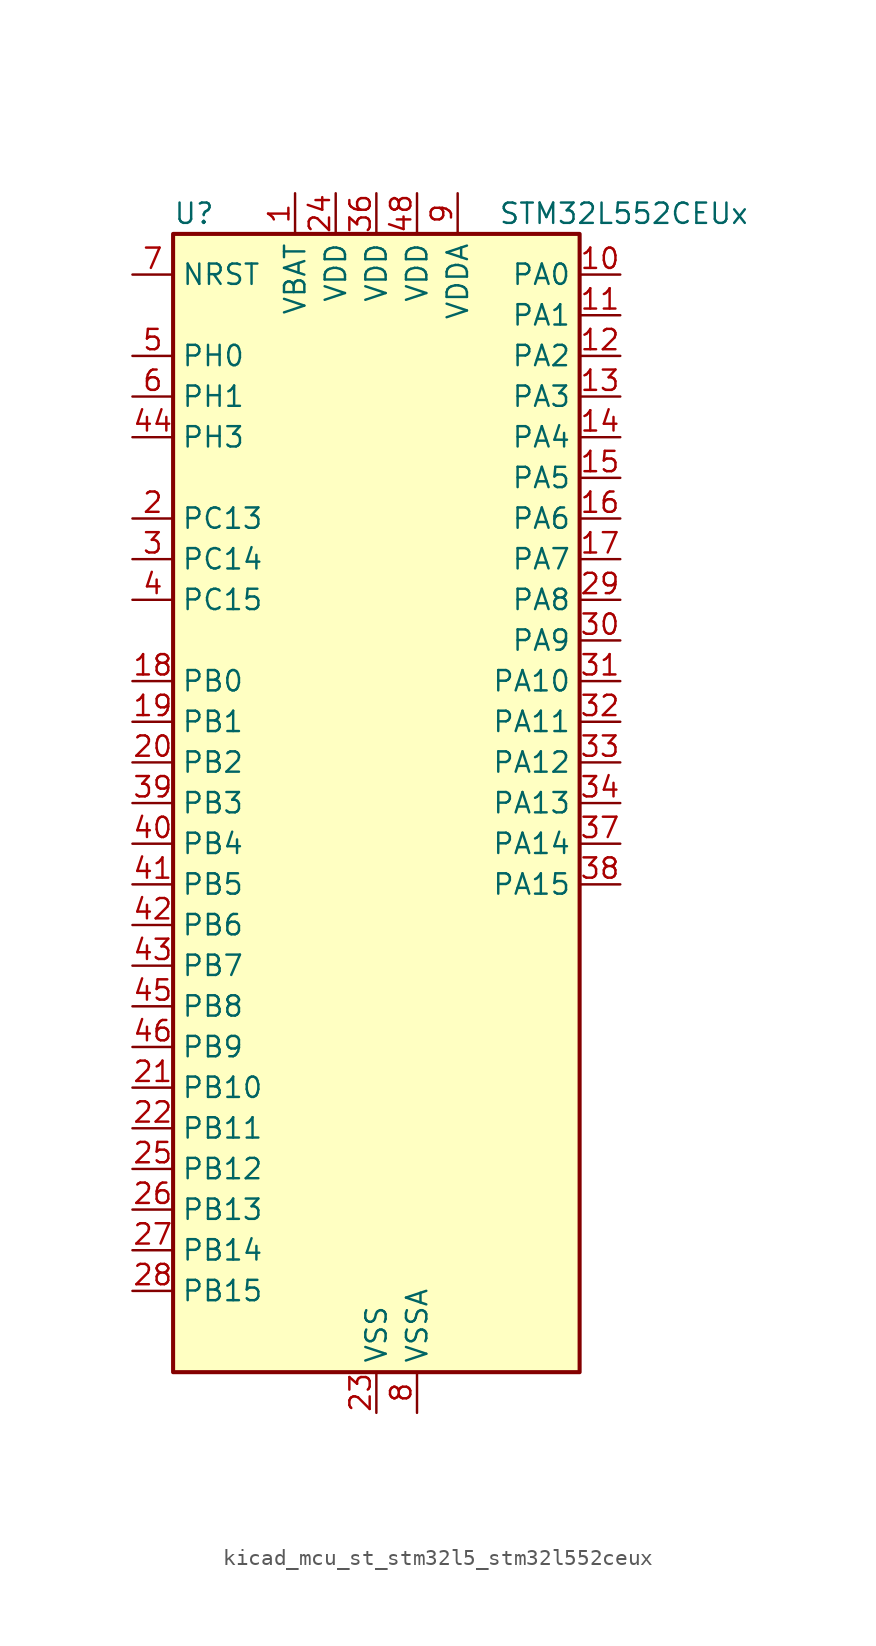
<source format=kicad_sym>
(kicad_symbol_lib
  (version 20220914)
  (generator kicad_symbol_editor)
  (symbol "kicad_mcu_st_stm32l5_stm32l552ceux"
    (property "Reference" "U"
      (at -12.7 36.83 0)
      (effects (font (size 1.27 1.27)) (justify left)))
    (property "Value" "STM32L552CEUx"
      (at 7.62 36.83 0)
      (effects (font (size 1.27 1.27)) (justify left)))
    (property "ki_locked" ""
      (at 0 0 0)
      (effects (font (size 1.27 1.27))))
    (symbol "kicad_mcu_st_stm32l5_stm32l552ceux_0_1"
      (rectangle (start -12.7 -35.56) (end 12.7 35.56) (stroke (width 0.254) (type default)) (fill (type background))))
    (symbol "kicad_mcu_st_stm32l5_stm32l552ceux_1_1"
      (pin power_in line (at -5.08 38.1 270) (length 2.54) (name "VBAT" (effects (font (size 1.27 1.27)))) (number "1" (effects (font (size 1.27 1.27)))))
      (pin bidirectional line (at 15.24 33.02 180) (length 2.54) (name "PA0" (effects (font (size 1.27 1.27)))) (number "10" (effects (font (size 1.27 1.27)))) (alternate "ADC1_IN5" bidirectional line) (alternate "ADC2_IN5" bidirectional line) (alternate "OPAMP1_VINP" bidirectional line) (alternate "PWR_WKUP1" bidirectional line) (alternate "SAI1_EXTCLK" bidirectional line) (alternate "TAMP_IN2" bidirectional line) (alternate "TAMP_OUT1" bidirectional line) (alternate "TIM2_CH1" bidirectional line) (alternate "TIM2_ETR" bidirectional line) (alternate "TIM5_CH1" bidirectional line) (alternate "TIM8_ETR" bidirectional line) (alternate "UART4_TX" bidirectional line) (alternate "USART2_CTS" bidirectional line) (alternate "USART2_NSS" bidirectional line))
      (pin bidirectional line (at 15.24 30.48 180) (length 2.54) (name "PA1" (effects (font (size 1.27 1.27)))) (number "11" (effects (font (size 1.27 1.27)))) (alternate "ADC1_IN6" bidirectional line) (alternate "ADC2_IN6" bidirectional line) (alternate "I2C1_SMBA" bidirectional line) (alternate "OCTOSPI1_DQS" bidirectional line) (alternate "OPAMP1_VINM" bidirectional line) (alternate "SPI1_SCK" bidirectional line) (alternate "TAMP_IN5" bidirectional line) (alternate "TAMP_OUT4" bidirectional line) (alternate "TIM15_CH1N" bidirectional line) (alternate "TIM2_CH2" bidirectional line) (alternate "TIM5_CH2" bidirectional line) (alternate "UART4_RX" bidirectional line) (alternate "USART2_DE" bidirectional line) (alternate "USART2_RTS" bidirectional line))
      (pin bidirectional line (at 15.24 27.94 180) (length 2.54) (name "PA2" (effects (font (size 1.27 1.27)))) (number "12" (effects (font (size 1.27 1.27)))) (alternate "ADC1_IN7" bidirectional line) (alternate "ADC2_IN7" bidirectional line) (alternate "COMP1_INP" bidirectional line) (alternate "LPUART1_TX" bidirectional line) (alternate "OCTOSPI1_NCS" bidirectional line) (alternate "PWR_WKUP4" bidirectional line) (alternate "RCC_LSCO" bidirectional line) (alternate "SAI2_EXTCLK" bidirectional line) (alternate "TIM15_CH1" bidirectional line) (alternate "TIM2_CH3" bidirectional line) (alternate "TIM5_CH3" bidirectional line) (alternate "UCPD1_FRSTX1" bidirectional line) (alternate "USART2_TX" bidirectional line))
      (pin bidirectional line (at 15.24 25.4 180) (length 2.54) (name "PA3" (effects (font (size 1.27 1.27)))) (number "13" (effects (font (size 1.27 1.27)))) (alternate "ADC1_IN8" bidirectional line) (alternate "ADC2_IN8" bidirectional line) (alternate "LPUART1_RX" bidirectional line) (alternate "OCTOSPI1_CLK" bidirectional line) (alternate "OPAMP1_VOUT" bidirectional line) (alternate "SAI1_CK1" bidirectional line) (alternate "SAI1_MCLK_A" bidirectional line) (alternate "TIM15_CH2" bidirectional line) (alternate "TIM2_CH4" bidirectional line) (alternate "TIM5_CH4" bidirectional line) (alternate "USART2_RX" bidirectional line))
      (pin bidirectional line (at 15.24 22.86 180) (length 2.54) (name "PA4" (effects (font (size 1.27 1.27)))) (number "14" (effects (font (size 1.27 1.27)))) (alternate "ADC1_IN9" bidirectional line) (alternate "ADC2_IN9" bidirectional line) (alternate "DAC1_OUT1" bidirectional line) (alternate "LPTIM2_OUT" bidirectional line) (alternate "OCTOSPI1_NCS" bidirectional line) (alternate "SAI1_FS_B" bidirectional line) (alternate "SPI1_NSS" bidirectional line) (alternate "SPI3_NSS" bidirectional line) (alternate "USART2_CK" bidirectional line))
      (pin bidirectional line (at 15.24 20.32 180) (length 2.54) (name "PA5" (effects (font (size 1.27 1.27)))) (number "15" (effects (font (size 1.27 1.27)))) (alternate "ADC1_IN10" bidirectional line) (alternate "ADC2_IN10" bidirectional line) (alternate "DAC1_OUT2" bidirectional line) (alternate "LPTIM2_ETR" bidirectional line) (alternate "SPI1_SCK" bidirectional line) (alternate "TIM2_CH1" bidirectional line) (alternate "TIM2_ETR" bidirectional line) (alternate "TIM8_CH1N" bidirectional line))
      (pin bidirectional line (at 15.24 17.78 180) (length 2.54) (name "PA6" (effects (font (size 1.27 1.27)))) (number "16" (effects (font (size 1.27 1.27)))) (alternate "ADC1_IN11" bidirectional line) (alternate "ADC2_IN11" bidirectional line) (alternate "LPUART1_CTS" bidirectional line) (alternate "OCTOSPI1_IO3" bidirectional line) (alternate "OPAMP2_VINP" bidirectional line) (alternate "SPI1_MISO" bidirectional line) (alternate "TIM16_CH1" bidirectional line) (alternate "TIM1_BKIN" bidirectional line) (alternate "TIM3_CH1" bidirectional line) (alternate "TIM8_BKIN" bidirectional line) (alternate "USART3_CTS" bidirectional line) (alternate "USART3_NSS" bidirectional line))
      (pin bidirectional line (at 15.24 15.24 180) (length 2.54) (name "PA7" (effects (font (size 1.27 1.27)))) (number "17" (effects (font (size 1.27 1.27)))) (alternate "ADC1_IN12" bidirectional line) (alternate "ADC2_IN12" bidirectional line) (alternate "I2C3_SCL" bidirectional line) (alternate "OCTOSPI1_IO2" bidirectional line) (alternate "OPAMP2_VINM" bidirectional line) (alternate "SPI1_MOSI" bidirectional line) (alternate "TIM17_CH1" bidirectional line) (alternate "TIM1_CH1N" bidirectional line) (alternate "TIM3_CH2" bidirectional line) (alternate "TIM8_CH1N" bidirectional line))
      (pin bidirectional line (at -15.24 7.62 0) (length 2.54) (name "PB0" (effects (font (size 1.27 1.27)))) (number "18" (effects (font (size 1.27 1.27)))) (alternate "ADC1_IN15" bidirectional line) (alternate "ADC2_IN15" bidirectional line) (alternate "COMP1_OUT" bidirectional line) (alternate "OCTOSPI1_IO1" bidirectional line) (alternate "OPAMP2_VOUT" bidirectional line) (alternate "SAI1_EXTCLK" bidirectional line) (alternate "SPI1_NSS" bidirectional line) (alternate "TIM1_CH2N" bidirectional line) (alternate "TIM3_CH3" bidirectional line) (alternate "TIM8_CH2N" bidirectional line) (alternate "USART3_CK" bidirectional line))
      (pin bidirectional line (at -15.24 5.08 0) (length 2.54) (name "PB1" (effects (font (size 1.27 1.27)))) (number "19" (effects (font (size 1.27 1.27)))) (alternate "ADC1_IN16" bidirectional line) (alternate "ADC2_IN16" bidirectional line) (alternate "COMP1_INM" bidirectional line) (alternate "DFSDM1_DATIN0" bidirectional line) (alternate "LPTIM2_IN1" bidirectional line) (alternate "LPUART1_DE" bidirectional line) (alternate "LPUART1_RTS" bidirectional line) (alternate "OCTOSPI1_IO0" bidirectional line) (alternate "TIM1_CH3N" bidirectional line) (alternate "TIM3_CH4" bidirectional line) (alternate "TIM8_CH3N" bidirectional line) (alternate "USART3_DE" bidirectional line) (alternate "USART3_RTS" bidirectional line))
      (pin bidirectional line (at -15.24 17.78 0) (length 2.54) (name "PC13" (effects (font (size 1.27 1.27)))) (number "2" (effects (font (size 1.27 1.27)))) (alternate "PWR_WKUP2" bidirectional line) (alternate "RTC_OUT1" bidirectional line) (alternate "RTC_TS" bidirectional line) (alternate "TAMP_IN1" bidirectional line) (alternate "TAMP_OUT2" bidirectional line))
      (pin bidirectional line (at -15.24 2.54 0) (length 2.54) (name "PB2" (effects (font (size 1.27 1.27)))) (number "20" (effects (font (size 1.27 1.27)))) (alternate "COMP1_INP" bidirectional line) (alternate "DFSDM1_CKIN0" bidirectional line) (alternate "I2C3_SMBA" bidirectional line) (alternate "LPTIM1_OUT" bidirectional line) (alternate "OCTOSPI1_DQS" bidirectional line) (alternate "RTC_OUT2" bidirectional line) (alternate "UCPD1_FRSTX1" bidirectional line))
      (pin bidirectional line (at -15.24 -17.78 0) (length 2.54) (name "PB10" (effects (font (size 1.27 1.27)))) (number "21" (effects (font (size 1.27 1.27)))) (alternate "COMP1_OUT" bidirectional line) (alternate "I2C2_SCL" bidirectional line) (alternate "I2C4_SCL" bidirectional line) (alternate "LPTIM3_OUT" bidirectional line) (alternate "LPUART1_RX" bidirectional line) (alternate "OCTOSPI1_CLK" bidirectional line) (alternate "SAI1_SCK_A" bidirectional line) (alternate "SPI2_SCK" bidirectional line) (alternate "TIM2_CH3" bidirectional line) (alternate "TSC_SYNC" bidirectional line) (alternate "USART3_TX" bidirectional line))
      (pin bidirectional line (at -15.24 -20.32 0) (length 2.54) (name "PB11" (effects (font (size 1.27 1.27)))) (number "22" (effects (font (size 1.27 1.27)))) (alternate "ADC1_EXTI11" bidirectional line) (alternate "ADC2_EXTI11" bidirectional line) (alternate "COMP2_OUT" bidirectional line) (alternate "I2C2_SDA" bidirectional line) (alternate "I2C4_SDA" bidirectional line) (alternate "LPUART1_TX" bidirectional line) (alternate "OCTOSPI1_NCS" bidirectional line) (alternate "TIM2_CH4" bidirectional line) (alternate "USART3_RX" bidirectional line))
      (pin power_in line (at 0 -38.1 90) (length 2.54) (name "VSS" (effects (font (size 1.27 1.27)))) (number "23" (effects (font (size 1.27 1.27)))))
      (pin power_in line (at -2.54 38.1 270) (length 2.54) (name "VDD" (effects (font (size 1.27 1.27)))) (number "24" (effects (font (size 1.27 1.27)))))
      (pin bidirectional line (at -15.24 -22.86 0) (length 2.54) (name "PB12" (effects (font (size 1.27 1.27)))) (number "25" (effects (font (size 1.27 1.27)))) (alternate "DFSDM1_DATIN1" bidirectional line) (alternate "I2C2_SMBA" bidirectional line) (alternate "LPUART1_DE" bidirectional line) (alternate "LPUART1_RTS" bidirectional line) (alternate "OCTOSPI1_NCLK" bidirectional line) (alternate "SAI2_FS_A" bidirectional line) (alternate "SPI2_NSS" bidirectional line) (alternate "TIM15_BKIN" bidirectional line) (alternate "TIM1_BKIN" bidirectional line) (alternate "TSC_G1_IO1" bidirectional line) (alternate "USART3_CK" bidirectional line))
      (pin bidirectional line (at -15.24 -25.4 0) (length 2.54) (name "PB13" (effects (font (size 1.27 1.27)))) (number "26" (effects (font (size 1.27 1.27)))) (alternate "DFSDM1_CKIN1" bidirectional line) (alternate "I2C2_SCL" bidirectional line) (alternate "LPTIM3_IN1" bidirectional line) (alternate "LPUART1_CTS" bidirectional line) (alternate "SAI2_SCK_A" bidirectional line) (alternate "SPI2_SCK" bidirectional line) (alternate "TIM15_CH1N" bidirectional line) (alternate "TIM1_CH1N" bidirectional line) (alternate "TSC_G1_IO2" bidirectional line) (alternate "UCPD1_FRSTX2" bidirectional line) (alternate "USART3_CTS" bidirectional line) (alternate "USART3_NSS" bidirectional line))
      (pin bidirectional line (at -15.24 -27.94 0) (length 2.54) (name "PB14" (effects (font (size 1.27 1.27)))) (number "27" (effects (font (size 1.27 1.27)))) (alternate "DFSDM1_DATIN2" bidirectional line) (alternate "I2C2_SDA" bidirectional line) (alternate "LPTIM3_ETR" bidirectional line) (alternate "SAI2_MCLK_A" bidirectional line) (alternate "SPI2_MISO" bidirectional line) (alternate "TIM15_CH1" bidirectional line) (alternate "TIM1_CH2N" bidirectional line) (alternate "TIM8_CH2N" bidirectional line) (alternate "TSC_G1_IO3" bidirectional line) (alternate "UCPD1_DBCC2" bidirectional line) (alternate "USART3_DE" bidirectional line) (alternate "USART3_RTS" bidirectional line))
      (pin bidirectional line (at -15.24 -30.48 0) (length 2.54) (name "PB15" (effects (font (size 1.27 1.27)))) (number "28" (effects (font (size 1.27 1.27)))) (alternate "ADC1_EXTI15" bidirectional line) (alternate "ADC2_EXTI15" bidirectional line) (alternate "DFSDM1_CKIN2" bidirectional line) (alternate "RTC_REFIN" bidirectional line) (alternate "SAI2_SD_A" bidirectional line) (alternate "SPI2_MOSI" bidirectional line) (alternate "TIM15_CH2" bidirectional line) (alternate "TIM1_CH3N" bidirectional line) (alternate "TIM8_CH3N" bidirectional line) (alternate "UCPD1_CC2" bidirectional line))
      (pin bidirectional line (at 15.24 12.7 180) (length 2.54) (name "PA8" (effects (font (size 1.27 1.27)))) (number "29" (effects (font (size 1.27 1.27)))) (alternate "LPTIM2_OUT" bidirectional line) (alternate "RCC_MCO" bidirectional line) (alternate "SAI1_CK2" bidirectional line) (alternate "SAI1_SCK_A" bidirectional line) (alternate "TIM1_CH1" bidirectional line) (alternate "USART1_CK" bidirectional line))
      (pin bidirectional line (at -15.24 15.24 0) (length 2.54) (name "PC14" (effects (font (size 1.27 1.27)))) (number "3" (effects (font (size 1.27 1.27)))) (alternate "RCC_OSC32_IN" bidirectional line))
      (pin bidirectional line (at 15.24 10.16 180) (length 2.54) (name "PA9" (effects (font (size 1.27 1.27)))) (number "30" (effects (font (size 1.27 1.27)))) (alternate "DAC1_EXTI9" bidirectional line) (alternate "SAI1_FS_A" bidirectional line) (alternate "SPI2_SCK" bidirectional line) (alternate "TIM15_BKIN" bidirectional line) (alternate "TIM1_CH2" bidirectional line) (alternate "USART1_TX" bidirectional line))
      (pin bidirectional line (at 15.24 7.62 180) (length 2.54) (name "PA10" (effects (font (size 1.27 1.27)))) (number "31" (effects (font (size 1.27 1.27)))) (alternate "CRS_SYNC" bidirectional line) (alternate "SAI1_D1" bidirectional line) (alternate "SAI1_SD_A" bidirectional line) (alternate "TIM17_BKIN" bidirectional line) (alternate "TIM1_CH3" bidirectional line) (alternate "USART1_RX" bidirectional line))
      (pin bidirectional line (at 15.24 5.08 180) (length 2.54) (name "PA11" (effects (font (size 1.27 1.27)))) (number "32" (effects (font (size 1.27 1.27)))) (alternate "ADC1_EXTI11" bidirectional line) (alternate "ADC2_EXTI11" bidirectional line) (alternate "FDCAN1_RX" bidirectional line) (alternate "SPI1_MISO" bidirectional line) (alternate "TIM1_BKIN2" bidirectional line) (alternate "TIM1_CH4" bidirectional line) (alternate "USART1_CTS" bidirectional line) (alternate "USART1_NSS" bidirectional line) (alternate "USB_DM" bidirectional line))
      (pin bidirectional line (at 15.24 2.54 180) (length 2.54) (name "PA12" (effects (font (size 1.27 1.27)))) (number "33" (effects (font (size 1.27 1.27)))) (alternate "FDCAN1_TX" bidirectional line) (alternate "SPI1_MOSI" bidirectional line) (alternate "TIM1_ETR" bidirectional line) (alternate "USART1_DE" bidirectional line) (alternate "USART1_RTS" bidirectional line) (alternate "USB_DP" bidirectional line))
      (pin bidirectional line (at 15.24 0 180) (length 2.54) (name "PA13" (effects (font (size 1.27 1.27)))) (number "34" (effects (font (size 1.27 1.27)))) (alternate "DEBUG_JTMS-SWDIO" bidirectional line) (alternate "IR_OUT" bidirectional line) (alternate "SAI1_SD_B" bidirectional line) (alternate "USB_NOE" bidirectional line))
      (pin passive line (at 0 -38.1 90) (length 2.54) hide (name "VSS" (effects (font (size 1.27 1.27)))) (number "35" (effects (font (size 1.27 1.27)))))
      (pin power_in line (at 0 38.1 270) (length 2.54) (name "VDD" (effects (font (size 1.27 1.27)))) (number "36" (effects (font (size 1.27 1.27)))))
      (pin bidirectional line (at 15.24 -2.54 180) (length 2.54) (name "PA14" (effects (font (size 1.27 1.27)))) (number "37" (effects (font (size 1.27 1.27)))) (alternate "DEBUG_JTCK-SWCLK" bidirectional line) (alternate "I2C1_SMBA" bidirectional line) (alternate "I2C4_SMBA" bidirectional line) (alternate "LPTIM1_OUT" bidirectional line) (alternate "SAI1_FS_B" bidirectional line))
      (pin bidirectional line (at 15.24 -5.08 180) (length 2.54) (name "PA15" (effects (font (size 1.27 1.27)))) (number "38" (effects (font (size 1.27 1.27)))) (alternate "ADC1_EXTI15" bidirectional line) (alternate "ADC2_EXTI15" bidirectional line) (alternate "DEBUG_JTDI" bidirectional line) (alternate "SAI2_FS_B" bidirectional line) (alternate "SPI1_NSS" bidirectional line) (alternate "SPI3_NSS" bidirectional line) (alternate "TIM2_CH1" bidirectional line) (alternate "TIM2_ETR" bidirectional line) (alternate "UART4_DE" bidirectional line) (alternate "UART4_RTS" bidirectional line) (alternate "UCPD1_CC1" bidirectional line) (alternate "USART2_RX" bidirectional line) (alternate "USART3_DE" bidirectional line) (alternate "USART3_RTS" bidirectional line))
      (pin bidirectional line (at -15.24 0 0) (length 2.54) (name "PB3" (effects (font (size 1.27 1.27)))) (number "39" (effects (font (size 1.27 1.27)))) (alternate "COMP2_INM" bidirectional line) (alternate "CRS_SYNC" bidirectional line) (alternate "DEBUG_JTDO-SWO" bidirectional line) (alternate "SAI1_SCK_B" bidirectional line) (alternate "SPI1_SCK" bidirectional line) (alternate "SPI3_SCK" bidirectional line) (alternate "TIM2_CH2" bidirectional line) (alternate "USART1_DE" bidirectional line) (alternate "USART1_RTS" bidirectional line))
      (pin bidirectional line (at -15.24 12.7 0) (length 2.54) (name "PC15" (effects (font (size 1.27 1.27)))) (number "4" (effects (font (size 1.27 1.27)))) (alternate "ADC1_EXTI15" bidirectional line) (alternate "ADC2_EXTI15" bidirectional line) (alternate "RCC_OSC32_OUT" bidirectional line))
      (pin bidirectional line (at -15.24 -2.54 0) (length 2.54) (name "PB4" (effects (font (size 1.27 1.27)))) (number "40" (effects (font (size 1.27 1.27)))) (alternate "COMP2_INP" bidirectional line) (alternate "DEBUG_JTRST" bidirectional line) (alternate "I2C3_SDA" bidirectional line) (alternate "SAI1_MCLK_B" bidirectional line) (alternate "SPI1_MISO" bidirectional line) (alternate "SPI3_MISO" bidirectional line) (alternate "TIM17_BKIN" bidirectional line) (alternate "TIM3_CH1" bidirectional line) (alternate "TSC_G2_IO1" bidirectional line) (alternate "USART1_CTS" bidirectional line) (alternate "USART1_NSS" bidirectional line))
      (pin bidirectional line (at -15.24 -5.08 0) (length 2.54) (name "PB5" (effects (font (size 1.27 1.27)))) (number "41" (effects (font (size 1.27 1.27)))) (alternate "COMP2_OUT" bidirectional line) (alternate "I2C1_SMBA" bidirectional line) (alternate "LPTIM1_IN1" bidirectional line) (alternate "OCTOSPI1_NCLK" bidirectional line) (alternate "SAI1_SD_B" bidirectional line) (alternate "SPI1_MOSI" bidirectional line) (alternate "SPI3_MOSI" bidirectional line) (alternate "TIM16_BKIN" bidirectional line) (alternate "TIM3_CH2" bidirectional line) (alternate "TSC_G2_IO2" bidirectional line) (alternate "UCPD1_DBCC1" bidirectional line) (alternate "USART1_CK" bidirectional line))
      (pin bidirectional line (at -15.24 -7.62 0) (length 2.54) (name "PB6" (effects (font (size 1.27 1.27)))) (number "42" (effects (font (size 1.27 1.27)))) (alternate "COMP2_INP" bidirectional line) (alternate "I2C1_SCL" bidirectional line) (alternate "I2C4_SCL" bidirectional line) (alternate "LPTIM1_ETR" bidirectional line) (alternate "SAI1_FS_B" bidirectional line) (alternate "TIM16_CH1N" bidirectional line) (alternate "TIM4_CH1" bidirectional line) (alternate "TIM8_BKIN2" bidirectional line) (alternate "TSC_G2_IO3" bidirectional line) (alternate "USART1_TX" bidirectional line))
      (pin bidirectional line (at -15.24 -10.16 0) (length 2.54) (name "PB7" (effects (font (size 1.27 1.27)))) (number "43" (effects (font (size 1.27 1.27)))) (alternate "COMP2_INM" bidirectional line) (alternate "I2C1_SDA" bidirectional line) (alternate "I2C4_SDA" bidirectional line) (alternate "LPTIM1_IN2" bidirectional line) (alternate "PWR_PVD_IN" bidirectional line) (alternate "TIM17_CH1N" bidirectional line) (alternate "TIM4_CH2" bidirectional line) (alternate "TIM8_BKIN" bidirectional line) (alternate "TSC_G2_IO4" bidirectional line) (alternate "UART4_CTS" bidirectional line) (alternate "USART1_RX" bidirectional line))
      (pin bidirectional line (at -15.24 22.86 0) (length 2.54) (name "PH3" (effects (font (size 1.27 1.27)))) (number "44" (effects (font (size 1.27 1.27)))))
      (pin bidirectional line (at -15.24 -12.7 0) (length 2.54) (name "PB8" (effects (font (size 1.27 1.27)))) (number "45" (effects (font (size 1.27 1.27)))) (alternate "DFSDM1_CKOUT" bidirectional line) (alternate "FDCAN1_RX" bidirectional line) (alternate "I2C1_SCL" bidirectional line) (alternate "SAI1_CK1" bidirectional line) (alternate "SAI1_MCLK_A" bidirectional line) (alternate "TIM16_CH1" bidirectional line) (alternate "TIM4_CH3" bidirectional line))
      (pin bidirectional line (at -15.24 -15.24 0) (length 2.54) (name "PB9" (effects (font (size 1.27 1.27)))) (number "46" (effects (font (size 1.27 1.27)))) (alternate "DAC1_EXTI9" bidirectional line) (alternate "FDCAN1_TX" bidirectional line) (alternate "I2C1_SDA" bidirectional line) (alternate "IR_OUT" bidirectional line) (alternate "SAI1_D2" bidirectional line) (alternate "SAI1_FS_A" bidirectional line) (alternate "SPI2_NSS" bidirectional line) (alternate "TIM17_CH1" bidirectional line) (alternate "TIM4_CH4" bidirectional line))
      (pin passive line (at 0 -38.1 90) (length 2.54) hide (name "VSS" (effects (font (size 1.27 1.27)))) (number "47" (effects (font (size 1.27 1.27)))))
      (pin power_in line (at 2.54 38.1 270) (length 2.54) (name "VDD" (effects (font (size 1.27 1.27)))) (number "48" (effects (font (size 1.27 1.27)))))
      (pin passive line (at 0 -38.1 90) (length 2.54) hide (name "VSS" (effects (font (size 1.27 1.27)))) (number "49" (effects (font (size 1.27 1.27)))))
      (pin bidirectional line (at -15.24 27.94 0) (length 2.54) (name "PH0" (effects (font (size 1.27 1.27)))) (number "5" (effects (font (size 1.27 1.27)))) (alternate "RCC_OSC_IN" bidirectional line))
      (pin bidirectional line (at -15.24 25.4 0) (length 2.54) (name "PH1" (effects (font (size 1.27 1.27)))) (number "6" (effects (font (size 1.27 1.27)))) (alternate "RCC_OSC_OUT" bidirectional line))
      (pin input line (at -15.24 33.02 0) (length 2.54) (name "NRST" (effects (font (size 1.27 1.27)))) (number "7" (effects (font (size 1.27 1.27)))))
      (pin power_in line (at 2.54 -38.1 90) (length 2.54) (name "VSSA" (effects (font (size 1.27 1.27)))) (number "8" (effects (font (size 1.27 1.27)))))
      (pin power_in line (at 5.08 38.1 270) (length 2.54) (name "VDDA" (effects (font (size 1.27 1.27)))) (number "9" (effects (font (size 1.27 1.27))))))))
</source>
